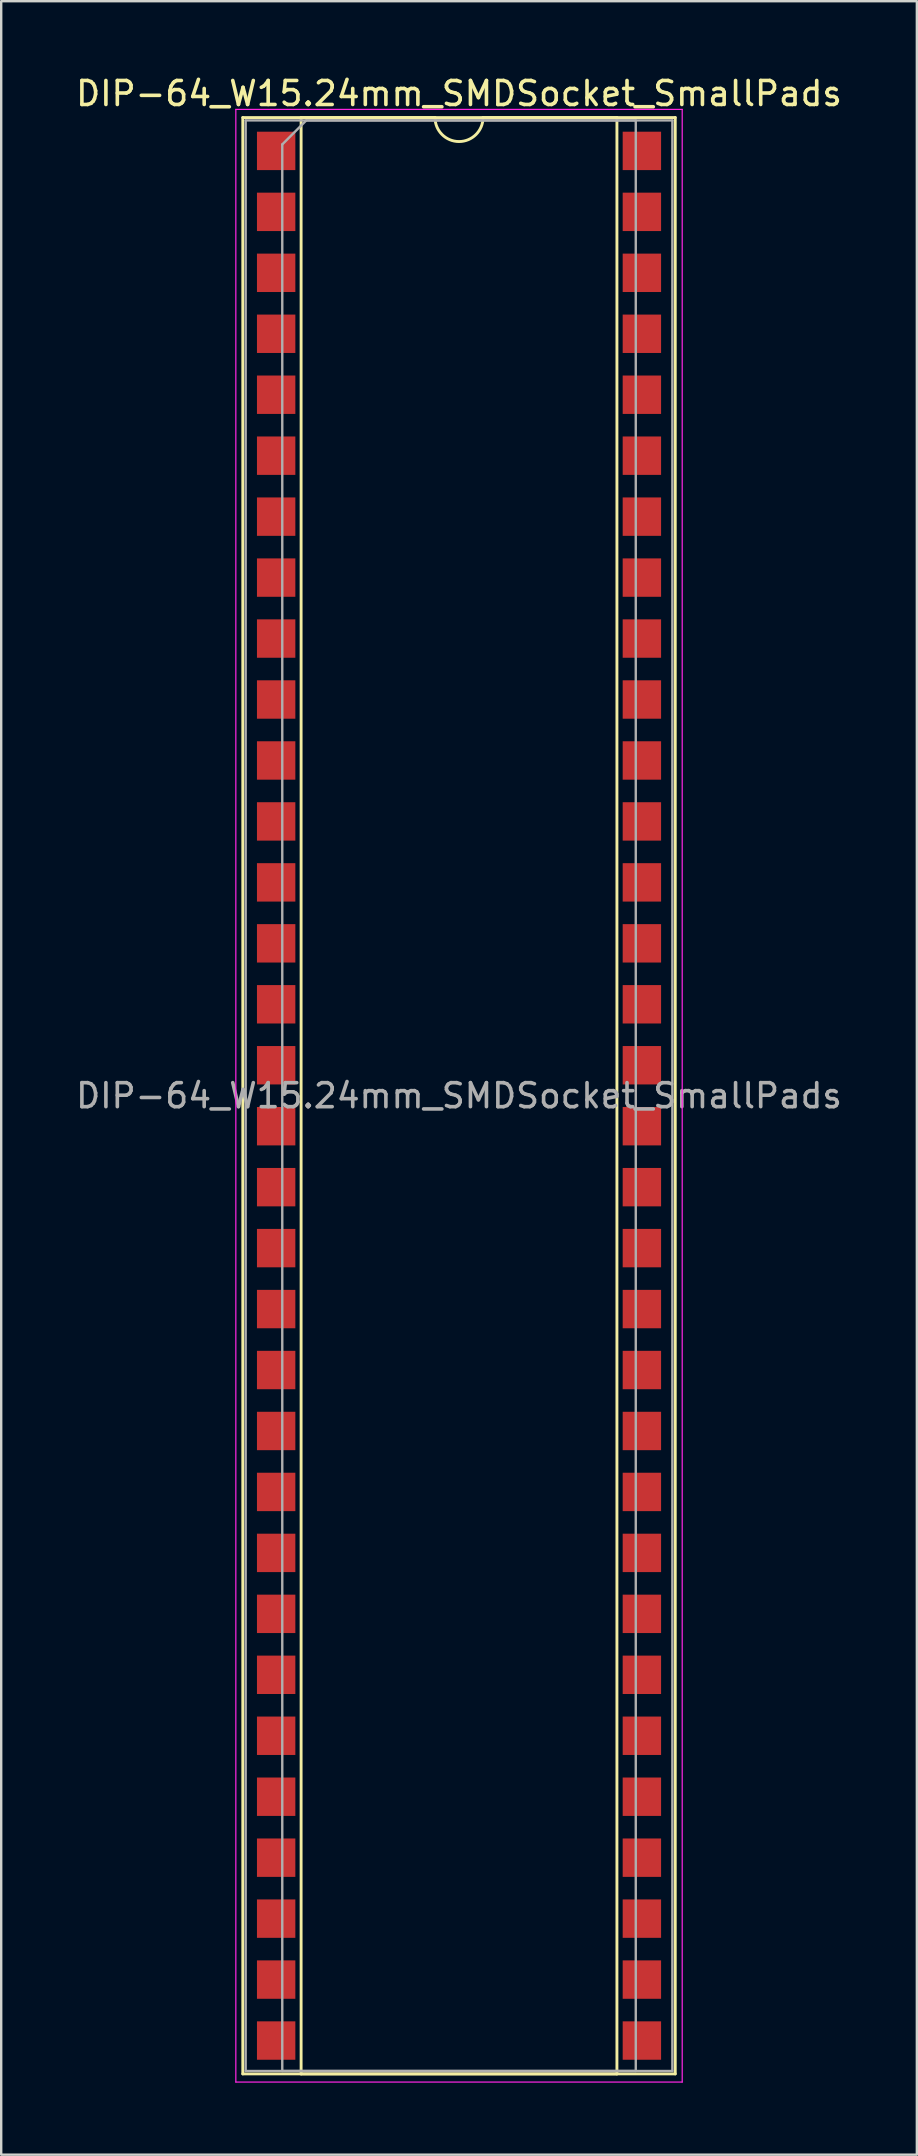
<source format=kicad_pcb>
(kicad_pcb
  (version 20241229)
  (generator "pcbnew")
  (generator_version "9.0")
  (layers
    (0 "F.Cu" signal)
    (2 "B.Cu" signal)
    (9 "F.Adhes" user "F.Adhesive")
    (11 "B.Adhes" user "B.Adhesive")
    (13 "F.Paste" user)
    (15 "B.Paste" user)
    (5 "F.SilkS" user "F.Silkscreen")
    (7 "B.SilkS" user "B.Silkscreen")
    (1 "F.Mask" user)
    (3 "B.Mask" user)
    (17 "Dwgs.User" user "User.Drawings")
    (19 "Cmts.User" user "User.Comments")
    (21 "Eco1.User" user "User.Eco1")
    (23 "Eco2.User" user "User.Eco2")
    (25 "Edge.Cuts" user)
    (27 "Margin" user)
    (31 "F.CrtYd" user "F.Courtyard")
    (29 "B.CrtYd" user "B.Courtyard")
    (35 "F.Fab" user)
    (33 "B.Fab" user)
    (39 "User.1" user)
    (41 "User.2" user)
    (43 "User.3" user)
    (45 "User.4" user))
  (footprint "DIP-64_W15.24mm_SMDSocket_SmallPads"
    (layer "F.Cu")
    (at 16.077 42.608)
    (property "Reference" "DIP-64_W15.24mm_SMDSocket_SmallPads" (at 0 -41.76 0) (layer "F.SilkS") (effects (font (size 1 1) (thickness 0.15))))
    (attr smd)
    (fp_line (start -9.01 -40.76) (end -9.01 40.76) (stroke (width 0.12) (type solid)) (layer "F.SilkS"))
    (fp_line (start -9.01 40.76) (end 9.01 40.76) (stroke (width 0.12) (type solid)) (layer "F.SilkS"))
    (fp_line (start -6.58 -40.76) (end -6.58 40.76) (stroke (width 0.12) (type solid)) (layer "F.SilkS"))
    (fp_line (start -6.58 40.76) (end 6.58 40.76) (stroke (width 0.12) (type solid)) (layer "F.SilkS"))
    (fp_line (start -1 -40.76) (end -6.58 -40.76) (stroke (width 0.12) (type solid)) (layer "F.SilkS"))
    (fp_line (start 6.58 -40.76) (end 1 -40.76) (stroke (width 0.12) (type solid)) (layer "F.SilkS"))
    (fp_line (start 6.58 40.76) (end 6.58 -40.76) (stroke (width 0.12) (type solid)) (layer "F.SilkS"))
    (fp_line (start 9.01 -40.76) (end -9.01 -40.76) (stroke (width 0.12) (type solid)) (layer "F.SilkS"))
    (fp_line (start 9.01 40.76) (end 9.01 -40.76) (stroke (width 0.12) (type solid)) (layer "F.SilkS"))
    (fp_arc (start 1 -40.76) (mid 0 -39.76) (end -1 -40.76) (stroke (width 0.12) (type solid)) (layer "F.SilkS"))
    (fp_line (start -9.3 -41.1) (end -9.3 41.1) (stroke (width 0.05) (type solid)) (layer "F.CrtYd"))
    (fp_line (start -9.3 41.1) (end 9.3 41.1) (stroke (width 0.05) (type solid)) (layer "F.CrtYd"))
    (fp_line (start 9.3 -41.1) (end -9.3 -41.1) (stroke (width 0.05) (type solid)) (layer "F.CrtYd"))
    (fp_line (start 9.3 41.1) (end 9.3 -41.1) (stroke (width 0.05) (type solid)) (layer "F.CrtYd"))
    (fp_line (start -8.89 -40.64) (end -8.89 40.64) (stroke (width 0.1) (type solid)) (layer "F.Fab"))
    (fp_line (start -8.89 40.64) (end 8.89 40.64) (stroke (width 0.1) (type solid)) (layer "F.Fab"))
    (fp_line (start -7.365 -39.64) (end -6.365 -40.64) (stroke (width 0.1) (type solid)) (layer "F.Fab"))
    (fp_line (start -7.365 40.64) (end -7.365 -39.64) (stroke (width 0.1) (type solid)) (layer "F.Fab"))
    (fp_line (start -6.365 -40.64) (end 7.365 -40.64) (stroke (width 0.1) (type solid)) (layer "F.Fab"))
    (fp_line (start 7.365 -40.64) (end 7.365 40.64) (stroke (width 0.1) (type solid)) (layer "F.Fab"))
    (fp_line (start 7.365 40.64) (end -7.365 40.64) (stroke (width 0.1) (type solid)) (layer "F.Fab"))
    (fp_line (start 8.89 -40.64) (end -8.89 -40.64) (stroke (width 0.1) (type solid)) (layer "F.Fab"))
    (fp_line (start 8.89 40.64) (end 8.89 -40.64) (stroke (width 0.1) (type solid)) (layer "F.Fab"))
    (fp_text user "${REFERENCE}" (at 0 0 0) (layer "F.Fab") (effects (font (size 1 1) (thickness 0.15))))
    (pad "1" smd rect (at -7.62 -39.37) (size 1.6 1.6) (layers "F.Cu" "F.Mask" "F.Paste"))
    (pad "2" smd rect (at -7.62 -36.83) (size 1.6 1.6) (layers "F.Cu" "F.Mask" "F.Paste"))
    (pad "3" smd rect (at -7.62 -34.29) (size 1.6 1.6) (layers "F.Cu" "F.Mask" "F.Paste"))
    (pad "4" smd rect (at -7.62 -31.75) (size 1.6 1.6) (layers "F.Cu" "F.Mask" "F.Paste"))
    (pad "5" smd rect (at -7.62 -29.21) (size 1.6 1.6) (layers "F.Cu" "F.Mask" "F.Paste"))
    (pad "6" smd rect (at -7.62 -26.67) (size 1.6 1.6) (layers "F.Cu" "F.Mask" "F.Paste"))
    (pad "7" smd rect (at -7.62 -24.13) (size 1.6 1.6) (layers "F.Cu" "F.Mask" "F.Paste"))
    (pad "8" smd rect (at -7.62 -21.59) (size 1.6 1.6) (layers "F.Cu" "F.Mask" "F.Paste"))
    (pad "9" smd rect (at -7.62 -19.05) (size 1.6 1.6) (layers "F.Cu" "F.Mask" "F.Paste"))
    (pad "10" smd rect (at -7.62 -16.51) (size 1.6 1.6) (layers "F.Cu" "F.Mask" "F.Paste"))
    (pad "11" smd rect (at -7.62 -13.97) (size 1.6 1.6) (layers "F.Cu" "F.Mask" "F.Paste"))
    (pad "12" smd rect (at -7.62 -11.43) (size 1.6 1.6) (layers "F.Cu" "F.Mask" "F.Paste"))
    (pad "13" smd rect (at -7.62 -8.89) (size 1.6 1.6) (layers "F.Cu" "F.Mask" "F.Paste"))
    (pad "14" smd rect (at -7.62 -6.35) (size 1.6 1.6) (layers "F.Cu" "F.Mask" "F.Paste"))
    (pad "15" smd rect (at -7.62 -3.81) (size 1.6 1.6) (layers "F.Cu" "F.Mask" "F.Paste"))
    (pad "16" smd rect (at -7.62 -1.27) (size 1.6 1.6) (layers "F.Cu" "F.Mask" "F.Paste"))
    (pad "17" smd rect (at -7.62 1.27) (size 1.6 1.6) (layers "F.Cu" "F.Mask" "F.Paste"))
    (pad "18" smd rect (at -7.62 3.81) (size 1.6 1.6) (layers "F.Cu" "F.Mask" "F.Paste"))
    (pad "19" smd rect (at -7.62 6.35) (size 1.6 1.6) (layers "F.Cu" "F.Mask" "F.Paste"))
    (pad "20" smd rect (at -7.62 8.89) (size 1.6 1.6) (layers "F.Cu" "F.Mask" "F.Paste"))
    (pad "21" smd rect (at -7.62 11.43) (size 1.6 1.6) (layers "F.Cu" "F.Mask" "F.Paste"))
    (pad "22" smd rect (at -7.62 13.97) (size 1.6 1.6) (layers "F.Cu" "F.Mask" "F.Paste"))
    (pad "23" smd rect (at -7.62 16.51) (size 1.6 1.6) (layers "F.Cu" "F.Mask" "F.Paste"))
    (pad "24" smd rect (at -7.62 19.05) (size 1.6 1.6) (layers "F.Cu" "F.Mask" "F.Paste"))
    (pad "25" smd rect (at -7.62 21.59) (size 1.6 1.6) (layers "F.Cu" "F.Mask" "F.Paste"))
    (pad "26" smd rect (at -7.62 24.13) (size 1.6 1.6) (layers "F.Cu" "F.Mask" "F.Paste"))
    (pad "27" smd rect (at -7.62 26.67) (size 1.6 1.6) (layers "F.Cu" "F.Mask" "F.Paste"))
    (pad "28" smd rect (at -7.62 29.21) (size 1.6 1.6) (layers "F.Cu" "F.Mask" "F.Paste"))
    (pad "29" smd rect (at -7.62 31.75) (size 1.6 1.6) (layers "F.Cu" "F.Mask" "F.Paste"))
    (pad "30" smd rect (at -7.62 34.29) (size 1.6 1.6) (layers "F.Cu" "F.Mask" "F.Paste"))
    (pad "31" smd rect (at -7.62 36.83) (size 1.6 1.6) (layers "F.Cu" "F.Mask" "F.Paste"))
    (pad "32" smd rect (at -7.62 39.37) (size 1.6 1.6) (layers "F.Cu" "F.Mask" "F.Paste"))
    (pad "33" smd rect (at 7.62 39.37) (size 1.6 1.6) (layers "F.Cu" "F.Mask" "F.Paste"))
    (pad "34" smd rect (at 7.62 36.83) (size 1.6 1.6) (layers "F.Cu" "F.Mask" "F.Paste"))
    (pad "35" smd rect (at 7.62 34.29) (size 1.6 1.6) (layers "F.Cu" "F.Mask" "F.Paste"))
    (pad "36" smd rect (at 7.62 31.75) (size 1.6 1.6) (layers "F.Cu" "F.Mask" "F.Paste"))
    (pad "37" smd rect (at 7.62 29.21) (size 1.6 1.6) (layers "F.Cu" "F.Mask" "F.Paste"))
    (pad "38" smd rect (at 7.62 26.67) (size 1.6 1.6) (layers "F.Cu" "F.Mask" "F.Paste"))
    (pad "39" smd rect (at 7.62 24.13) (size 1.6 1.6) (layers "F.Cu" "F.Mask" "F.Paste"))
    (pad "40" smd rect (at 7.62 21.59) (size 1.6 1.6) (layers "F.Cu" "F.Mask" "F.Paste"))
    (pad "41" smd rect (at 7.62 19.05) (size 1.6 1.6) (layers "F.Cu" "F.Mask" "F.Paste"))
    (pad "42" smd rect (at 7.62 16.51) (size 1.6 1.6) (layers "F.Cu" "F.Mask" "F.Paste"))
    (pad "43" smd rect (at 7.62 13.97) (size 1.6 1.6) (layers "F.Cu" "F.Mask" "F.Paste"))
    (pad "44" smd rect (at 7.62 11.43) (size 1.6 1.6) (layers "F.Cu" "F.Mask" "F.Paste"))
    (pad "45" smd rect (at 7.62 8.89) (size 1.6 1.6) (layers "F.Cu" "F.Mask" "F.Paste"))
    (pad "46" smd rect (at 7.62 6.35) (size 1.6 1.6) (layers "F.Cu" "F.Mask" "F.Paste"))
    (pad "47" smd rect (at 7.62 3.81) (size 1.6 1.6) (layers "F.Cu" "F.Mask" "F.Paste"))
    (pad "48" smd rect (at 7.62 1.27) (size 1.6 1.6) (layers "F.Cu" "F.Mask" "F.Paste"))
    (pad "49" smd rect (at 7.62 -1.27) (size 1.6 1.6) (layers "F.Cu" "F.Mask" "F.Paste"))
    (pad "50" smd rect (at 7.62 -3.81) (size 1.6 1.6) (layers "F.Cu" "F.Mask" "F.Paste"))
    (pad "51" smd rect (at 7.62 -6.35) (size 1.6 1.6) (layers "F.Cu" "F.Mask" "F.Paste"))
    (pad "52" smd rect (at 7.62 -8.89) (size 1.6 1.6) (layers "F.Cu" "F.Mask" "F.Paste"))
    (pad "53" smd rect (at 7.62 -11.43) (size 1.6 1.6) (layers "F.Cu" "F.Mask" "F.Paste"))
    (pad "54" smd rect (at 7.62 -13.97) (size 1.6 1.6) (layers "F.Cu" "F.Mask" "F.Paste"))
    (pad "55" smd rect (at 7.62 -16.51) (size 1.6 1.6) (layers "F.Cu" "F.Mask" "F.Paste"))
    (pad "56" smd rect (at 7.62 -19.05) (size 1.6 1.6) (layers "F.Cu" "F.Mask" "F.Paste"))
    (pad "57" smd rect (at 7.62 -21.59) (size 1.6 1.6) (layers "F.Cu" "F.Mask" "F.Paste"))
    (pad "58" smd rect (at 7.62 -24.13) (size 1.6 1.6) (layers "F.Cu" "F.Mask" "F.Paste"))
    (pad "59" smd rect (at 7.62 -26.67) (size 1.6 1.6) (layers "F.Cu" "F.Mask" "F.Paste"))
    (pad "60" smd rect (at 7.62 -29.21) (size 1.6 1.6) (layers "F.Cu" "F.Mask" "F.Paste"))
    (pad "61" smd rect (at 7.62 -31.75) (size 1.6 1.6) (layers "F.Cu" "F.Mask" "F.Paste"))
    (pad "62" smd rect (at 7.62 -34.29) (size 1.6 1.6) (layers "F.Cu" "F.Mask" "F.Paste"))
    (pad "63" smd rect (at 7.62 -36.83) (size 1.6 1.6) (layers "F.Cu" "F.Mask" "F.Paste"))
    (pad "64" smd rect (at 7.62 -39.37) (size 1.6 1.6) (layers "F.Cu" "F.Mask" "F.Paste")))
  (gr_rect
    (start -3 -3)
    (end 35.155 86.733)
    (stroke (width 0.1) (type default))
    (fill no)
    (layer "Edge.Cuts")))
</source>
